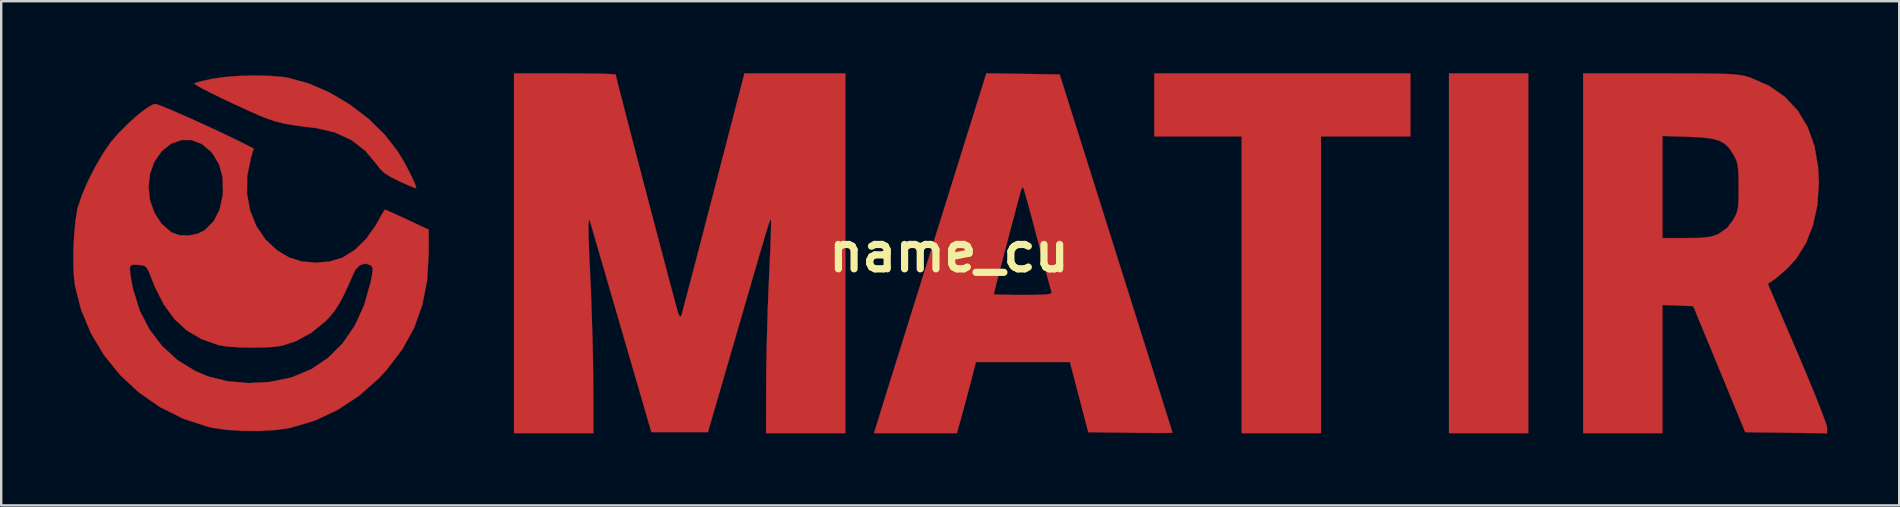
<source format=kicad_pcb>
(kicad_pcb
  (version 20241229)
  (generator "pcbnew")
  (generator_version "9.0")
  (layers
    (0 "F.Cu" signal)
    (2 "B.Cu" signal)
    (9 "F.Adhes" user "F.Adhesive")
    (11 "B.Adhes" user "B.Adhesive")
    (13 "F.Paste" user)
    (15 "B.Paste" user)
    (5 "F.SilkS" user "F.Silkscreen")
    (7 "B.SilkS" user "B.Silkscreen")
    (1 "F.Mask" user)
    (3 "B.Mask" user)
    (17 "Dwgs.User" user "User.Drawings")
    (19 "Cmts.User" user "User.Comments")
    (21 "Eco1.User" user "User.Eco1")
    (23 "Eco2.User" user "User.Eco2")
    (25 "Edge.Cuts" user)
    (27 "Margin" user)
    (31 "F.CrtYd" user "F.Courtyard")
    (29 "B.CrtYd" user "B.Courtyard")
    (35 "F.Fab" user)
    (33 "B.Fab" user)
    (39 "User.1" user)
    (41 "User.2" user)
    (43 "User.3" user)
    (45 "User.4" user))
  (footprint "name_cu"
    (layer "F.Cu")
    (at 36.482 7.459)
    (property "Reference" "name_cu" (at 0 0 0) (layer "F.SilkS") (effects (font (size 1.524 1.524) (thickness 0.3))))
    (attr through_hole)
    (fp_poly (pts (xy 24.13 7.535) (xy 20.828 7.535) (xy 20.828 -7.451) (xy 24.13 -7.451) (xy 24.13 7.535)) (stroke (width 0.01) (type solid)) (fill yes) (layer "F.Cu"))
    (fp_poly (pts (xy 19.219 -4.826) (xy 15.494 -4.826) (xy 15.494 7.535) (xy 12.192 7.535) (xy 12.192 -4.826) (xy 8.551 -4.826) (xy 8.551 -7.451) (xy 19.219 -7.451) (xy 19.219 -4.826)) (stroke (width 0.01) (type solid)) (fill yes) (layer "F.Cu"))
    (fp_poly (pts (xy -28.298 -7.349) (xy -27.761 -7.305) (xy -27.553 -7.274) (xy -26.682 -7.037) (xy -25.807 -6.657) (xy -24.962 -6.157) (xy -24.179 -5.558) (xy -23.493 -4.884) (xy -22.979 -4.222) (xy -22.805 -3.942) (xy -22.625 -3.625) (xy -22.456 -3.304) (xy -22.317 -3.016) (xy -22.224 -2.795) (xy -22.196 -2.677) (xy -22.2 -2.668) (xy -22.283 -2.692) (xy -22.482 -2.773) (xy -22.762 -2.897) (xy -22.903 -2.961) (xy -23.272 -3.144) (xy -23.525 -3.307) (xy -23.708 -3.484) (xy -23.824 -3.641) (xy -24.307 -4.223) (xy -24.897 -4.677) (xy -25.583 -4.995) (xy -26.354 -5.173) (xy -26.401 -5.179) (xy -26.935 -5.244) (xy -27.363 -5.303) (xy -27.719 -5.367) (xy -28.042 -5.448) (xy -28.366 -5.555) (xy -28.73 -5.7) (xy -29.169 -5.894) (xy -29.72 -6.147) (xy -29.809 -6.188) (xy -30.296 -6.417) (xy -30.723 -6.625) (xy -31.068 -6.802) (xy -31.31 -6.935) (xy -31.428 -7.015) (xy -31.435 -7.031) (xy -31.326 -7.074) (xy -31.094 -7.136) (xy -30.783 -7.205) (xy -30.669 -7.228) (xy -30.16 -7.302) (xy -29.556 -7.347) (xy -28.916 -7.363) (xy -28.298 -7.349)) (stroke (width 0.01) (type solid)) (fill yes) (layer "F.Cu"))
    (fp_poly (pts (xy 30.465 -7.45) (xy 31.144 -7.448) (xy 31.691 -7.444) (xy 32.124 -7.436) (xy 32.462 -7.425) (xy 32.725 -7.408) (xy 32.929 -7.386) (xy 33.095 -7.357) (xy 33.24 -7.32) (xy 33.383 -7.275) (xy 34.16 -6.935) (xy 34.817 -6.477) (xy 35.353 -5.904) (xy 35.765 -5.22) (xy 36.049 -4.429) (xy 36.204 -3.535) (xy 36.234 -2.879) (xy 36.172 -1.973) (xy 35.991 -1.135) (xy 35.698 -0.386) (xy 35.299 0.256) (xy 34.949 0.642) (xy 34.696 0.871) (xy 34.464 1.066) (xy 34.305 1.186) (xy 34.108 1.313) (xy 35.342 4.19) (xy 35.624 4.852) (xy 35.883 5.474) (xy 36.112 6.036) (xy 36.303 6.518) (xy 36.449 6.903) (xy 36.543 7.17) (xy 36.576 7.302) (xy 36.576 7.302) (xy 36.576 7.539) (xy 34.872 7.516) (xy 33.168 7.493) (xy 32.085 4.868) (xy 31.002 2.244) (xy 29.718 2.194) (xy 29.718 7.535) (xy 26.416 7.535) (xy 26.416 -0.593) (xy 29.718 -0.593) (xy 30.707 -0.593) (xy 31.164 -0.597) (xy 31.493 -0.616) (xy 31.735 -0.652) (xy 31.934 -0.713) (xy 32.063 -0.77) (xy 32.413 -1.015) (xy 32.661 -1.342) (xy 32.762 -1.525) (xy 32.829 -1.693) (xy 32.868 -1.889) (xy 32.887 -2.153) (xy 32.893 -2.528) (xy 32.893 -2.709) (xy 32.89 -3.143) (xy 32.875 -3.45) (xy 32.843 -3.671) (xy 32.787 -3.85) (xy 32.7 -4.027) (xy 32.681 -4.06) (xy 32.51 -4.324) (xy 32.32 -4.517) (xy 32.08 -4.651) (xy 31.76 -4.736) (xy 31.33 -4.787) (xy 30.8 -4.812) (xy 29.718 -4.846) (xy 29.718 -0.593) (xy 26.416 -0.593) (xy 26.416 -7.451) (xy 29.636 -7.451) (xy 30.465 -7.45)) (stroke (width 0.01) (type solid)) (fill yes) (layer "F.Cu"))
    (fp_poly (pts (xy 3.083 -7.431) (xy 4.609 -7.408) (xy 6.958 0.042) (xy 7.299 1.125) (xy 7.625 2.16) (xy 7.933 3.138) (xy 8.219 4.046) (xy 8.48 4.873) (xy 8.712 5.609) (xy 8.911 6.242) (xy 9.073 6.76) (xy 9.196 7.152) (xy 9.276 7.407) (xy 9.309 7.513) (xy 9.31 7.516) (xy 9.231 7.522) (xy 9.007 7.525) (xy 8.663 7.525) (xy 8.224 7.523) (xy 7.716 7.518) (xy 7.556 7.516) (xy 5.8 7.493) (xy 5.419 6.032) (xy 5.038 4.572) (xy 1.122 4.572) (xy 0.851 5.609) (xy 0.733 6.055) (xy 0.618 6.486) (xy 0.519 6.853) (xy 0.453 7.091) (xy 0.327 7.535) (xy -3.125 7.535) (xy -3.015 7.176) (xy -2.973 7.042) (xy -2.885 6.759) (xy -2.755 6.34) (xy -2.585 5.795) (xy -2.38 5.138) (xy -2.143 4.381) (xy -1.879 3.536) (xy -1.592 2.616) (xy -1.321 1.748) (xy 1.863 1.748) (xy 1.942 1.759) (xy 2.162 1.768) (xy 2.491 1.774) (xy 2.899 1.778) (xy 3.088 1.778) (xy 3.586 1.775) (xy 3.935 1.764) (xy 4.153 1.743) (xy 4.259 1.711) (xy 4.274 1.672) (xy 4.243 1.564) (xy 4.175 1.316) (xy 4.077 0.949) (xy 3.955 0.488) (xy 3.815 -0.044) (xy 3.684 -0.544) (xy 3.533 -1.115) (xy 3.395 -1.631) (xy 3.276 -2.069) (xy 3.181 -2.407) (xy 3.117 -2.623) (xy 3.092 -2.694) (xy 3.034 -2.666) (xy 3.009 -2.616) (xy 2.978 -2.509) (xy 2.912 -2.268) (xy 2.819 -1.919) (xy 2.704 -1.488) (xy 2.576 -1.003) (xy 2.44 -0.488) (xy 2.304 0.03) (xy 2.175 0.524) (xy 2.06 0.968) (xy 1.965 1.335) (xy 1.898 1.6) (xy 1.865 1.736) (xy 1.863 1.748) (xy -1.321 1.748) (xy -1.284 1.632) (xy -0.961 0.598) (xy -0.674 -0.319) (xy 1.556 -7.454) (xy 3.083 -7.431)) (stroke (width 0.01) (type solid)) (fill yes) (layer "F.Cu"))
    (fp_poly (pts (xy -15.423 -7.449) (xy -14.905 -7.444) (xy -14.47 -7.436) (xy -14.14 -7.426) (xy -13.939 -7.414) (xy -13.885 -7.403) (xy -13.864 -7.308) (xy -13.805 -7.066) (xy -13.711 -6.696) (xy -13.587 -6.214) (xy -13.438 -5.638) (xy -13.269 -4.985) (xy -13.083 -4.272) (xy -12.886 -3.518) (xy -12.682 -2.739) (xy -12.476 -1.953) (xy -12.272 -1.176) (xy -12.075 -0.428) (xy -11.889 0.276) (xy -11.719 0.918) (xy -11.569 1.48) (xy -11.444 1.945) (xy -11.349 2.295) (xy -11.288 2.514) (xy -11.267 2.582) (xy -11.203 2.691) (xy -11.155 2.646) (xy -11.147 2.625) (xy -11.118 2.522) (xy -11.05 2.27) (xy -10.948 1.883) (xy -10.815 1.376) (xy -10.654 0.763) (xy -10.47 0.059) (xy -10.267 -0.721) (xy -10.048 -1.564) (xy -9.817 -2.453) (xy -9.811 -2.477) (xy -8.521 -7.451) (xy -4.318 -7.451) (xy -4.318 7.535) (xy -7.62 7.535) (xy -7.616 5.524) (xy -7.611 4.857) (xy -7.596 4.073) (xy -7.575 3.225) (xy -7.549 2.367) (xy -7.518 1.551) (xy -7.498 1.101) (xy -7.469 0.479) (xy -7.445 -0.085) (xy -7.427 -0.57) (xy -7.415 -0.956) (xy -7.41 -1.22) (xy -7.413 -1.341) (xy -7.414 -1.346) (xy -7.425 -1.355) (xy -7.436 -1.353) (xy -7.453 -1.328) (xy -7.479 -1.265) (xy -7.517 -1.155) (xy -7.572 -0.983) (xy -7.647 -0.737) (xy -7.745 -0.406) (xy -7.872 0.023) (xy -8.03 0.564) (xy -8.223 1.227) (xy -8.455 2.025) (xy -8.73 2.972) (xy -8.789 3.175) (xy -10.044 7.493) (xy -12.396 7.493) (xy -13.642 3.217) (xy -13.881 2.394) (xy -14.108 1.617) (xy -14.316 0.901) (xy -14.502 0.263) (xy -14.66 -0.282) (xy -14.787 -0.718) (xy -14.877 -1.029) (xy -14.926 -1.199) (xy -14.933 -1.224) (xy -14.971 -1.334) (xy -14.998 -1.35) (xy -15.014 -1.26) (xy -15.02 -1.054) (xy -15.016 -0.721) (xy -15.001 -0.252) (xy -14.976 0.366) (xy -14.94 1.142) (xy -14.94 1.143) (xy -14.907 1.908) (xy -14.878 2.741) (xy -14.853 3.592) (xy -14.834 4.41) (xy -14.823 5.143) (xy -14.82 5.567) (xy -14.817 7.535) (xy -18.119 7.535) (xy -18.119 -7.451) (xy -16.002 -7.451) (xy -15.423 -7.449)) (stroke (width 0.01) (type solid)) (fill yes) (layer "F.Cu"))
    (fp_poly (pts (xy -32.946 -6.146) (xy -32.697 -6.05) (xy -32.347 -5.903) (xy -31.921 -5.718) (xy -31.443 -5.505) (xy -30.94 -5.276) (xy -30.437 -5.043) (xy -29.959 -4.816) (xy -29.531 -4.607) (xy -29.32 -4.501) (xy -28.964 -4.319) (xy -29.082 -3.925) (xy -29.235 -3.172) (xy -29.243 -2.437) (xy -29.114 -1.739) (xy -28.858 -1.1) (xy -28.48 -0.54) (xy -27.991 -0.081) (xy -27.492 0.216) (xy -26.973 0.379) (xy -26.387 0.435) (xy -25.8 0.384) (xy -25.275 0.225) (xy -25.253 0.215) (xy -24.742 -0.107) (xy -24.272 -0.568) (xy -23.871 -1.138) (xy -23.803 -1.26) (xy -23.662 -1.517) (xy -23.551 -1.703) (xy -23.495 -1.778) (xy -23.494 -1.778) (xy -23.408 -1.744) (xy -23.201 -1.652) (xy -22.904 -1.517) (xy -22.567 -1.36) (xy -21.675 -0.942) (xy -21.675 0.04) (xy -21.74 1.164) (xy -21.939 2.192) (xy -22.28 3.143) (xy -22.768 4.033) (xy -23.411 4.878) (xy -23.74 5.236) (xy -24.554 5.962) (xy -25.456 6.559) (xy -26.422 7.013) (xy -27.431 7.312) (xy -27.468 7.32) (xy -28.042 7.403) (xy -28.71 7.442) (xy -29.412 7.44) (xy -30.09 7.396) (xy -30.682 7.312) (xy -30.849 7.275) (xy -31.89 6.935) (xy -32.858 6.453) (xy -33.741 5.842) (xy -34.525 5.116) (xy -35.198 4.288) (xy -35.746 3.372) (xy -36.157 2.383) (xy -36.408 1.387) (xy -36.457 0.955) (xy -36.466 0.719) (xy -34.121 0.719) (xy -34.103 0.911) (xy -34.055 1.206) (xy -33.988 1.539) (xy -33.985 1.55) (xy -33.711 2.428) (xy -33.302 3.221) (xy -32.771 3.915) (xy -32.129 4.497) (xy -31.39 4.951) (xy -30.878 5.166) (xy -30.065 5.372) (xy -29.188 5.45) (xy -28.297 5.402) (xy -27.441 5.226) (xy -27.347 5.197) (xy -26.558 4.864) (xy -25.858 4.391) (xy -25.256 3.787) (xy -24.757 3.061) (xy -24.369 2.221) (xy -24.099 1.275) (xy -24.098 1.27) (xy -24.033 0.941) (xy -24.009 0.738) (xy -24.024 0.621) (xy -24.078 0.55) (xy -24.09 0.541) (xy -24.307 0.47) (xy -24.536 0.534) (xy -24.722 0.714) (xy -24.765 0.794) (xy -25.014 1.363) (xy -25.221 1.803) (xy -25.404 2.144) (xy -25.58 2.417) (xy -25.766 2.652) (xy -25.97 2.868) (xy -26.566 3.356) (xy -27.237 3.715) (xy -27.78 3.89) (xy -28.105 3.938) (xy -28.542 3.965) (xy -29.036 3.973) (xy -29.537 3.962) (xy -29.991 3.933) (xy -30.348 3.885) (xy -30.438 3.864) (xy -31.142 3.614) (xy -31.745 3.26) (xy -32.26 2.788) (xy -32.701 2.186) (xy -33.082 1.439) (xy -33.233 1.061) (xy -33.342 0.785) (xy -33.431 0.63) (xy -33.539 0.557) (xy -33.705 0.53) (xy -33.773 0.524) (xy -33.993 0.517) (xy -34.093 0.556) (xy -34.12 0.669) (xy -34.121 0.719) (xy -36.466 0.719) (xy -36.477 0.415) (xy -36.47 -0.18) (xy -36.439 -0.78) (xy -36.385 -1.332) (xy -36.31 -1.785) (xy -36.281 -1.905) (xy -36.112 -2.4) (xy -35.974 -2.718) (xy -33.346 -2.718) (xy -33.285 -2.168) (xy -33.105 -1.651) (xy -32.811 -1.197) (xy -32.406 -0.841) (xy -32.389 -0.83) (xy -32.065 -0.713) (xy -31.676 -0.698) (xy -31.285 -0.779) (xy -31.002 -0.922) (xy -30.639 -1.282) (xy -30.389 -1.763) (xy -30.257 -2.354) (xy -30.244 -2.507) (xy -30.259 -3.122) (xy -30.396 -3.64) (xy -30.664 -4.093) (xy -30.748 -4.194) (xy -31.124 -4.511) (xy -31.542 -4.673) (xy -31.976 -4.677) (xy -32.401 -4.526) (xy -32.784 -4.224) (xy -33.1 -3.779) (xy -33.286 -3.265) (xy -33.346 -2.718) (xy -35.974 -2.718) (xy -35.865 -2.97) (xy -35.566 -3.557) (xy -35.247 -4.107) (xy -34.935 -4.563) (xy -34.862 -4.654) (xy -34.57 -4.985) (xy -34.24 -5.317) (xy -33.901 -5.626) (xy -33.581 -5.887) (xy -33.308 -6.078) (xy -33.11 -6.174) (xy -33.066 -6.181) (xy -32.946 -6.146)) (stroke (width 0.01) (type solid)) (fill yes) (layer "F.Cu"))
    (fp_poly (pts (xy 24.13 7.535) (xy 20.828 7.535) (xy 20.828 -7.451) (xy 24.13 -7.451) (xy 24.13 7.535)) (stroke (width 0.01) (type solid)) (fill yes) (layer "F.Mask"))
    (fp_poly (pts (xy 19.219 -4.826) (xy 15.494 -4.826) (xy 15.494 7.535) (xy 12.192 7.535) (xy 12.192 -4.826) (xy 8.551 -4.826) (xy 8.551 -7.451) (xy 19.219 -7.451) (xy 19.219 -4.826)) (stroke (width 0.01) (type solid)) (fill yes) (layer "F.Mask"))
    (fp_poly (pts (xy -28.298 -7.349) (xy -27.761 -7.305) (xy -27.553 -7.274) (xy -26.682 -7.037) (xy -25.807 -6.657) (xy -24.962 -6.157) (xy -24.179 -5.558) (xy -23.493 -4.884) (xy -22.979 -4.222) (xy -22.805 -3.942) (xy -22.625 -3.625) (xy -22.456 -3.304) (xy -22.317 -3.016) (xy -22.224 -2.795) (xy -22.196 -2.677) (xy -22.2 -2.668) (xy -22.283 -2.692) (xy -22.482 -2.773) (xy -22.762 -2.897) (xy -22.903 -2.961) (xy -23.272 -3.144) (xy -23.525 -3.307) (xy -23.708 -3.484) (xy -23.824 -3.641) (xy -24.307 -4.223) (xy -24.897 -4.677) (xy -25.583 -4.995) (xy -26.354 -5.173) (xy -26.401 -5.179) (xy -26.935 -5.244) (xy -27.363 -5.303) (xy -27.719 -5.367) (xy -28.042 -5.448) (xy -28.366 -5.555) (xy -28.73 -5.7) (xy -29.169 -5.894) (xy -29.72 -6.147) (xy -29.809 -6.188) (xy -30.296 -6.417) (xy -30.723 -6.625) (xy -31.068 -6.802) (xy -31.31 -6.935) (xy -31.428 -7.015) (xy -31.435 -7.031) (xy -31.326 -7.074) (xy -31.094 -7.136) (xy -30.783 -7.205) (xy -30.669 -7.228) (xy -30.16 -7.302) (xy -29.556 -7.347) (xy -28.916 -7.363) (xy -28.298 -7.349)) (stroke (width 0.01) (type solid)) (fill yes) (layer "F.Mask"))
    (fp_poly (pts (xy 30.465 -7.45) (xy 31.144 -7.448) (xy 31.691 -7.444) (xy 32.124 -7.436) (xy 32.462 -7.425) (xy 32.725 -7.408) (xy 32.929 -7.386) (xy 33.095 -7.357) (xy 33.24 -7.32) (xy 33.383 -7.275) (xy 34.16 -6.935) (xy 34.817 -6.477) (xy 35.353 -5.904) (xy 35.765 -5.22) (xy 36.049 -4.429) (xy 36.204 -3.535) (xy 36.234 -2.879) (xy 36.172 -1.973) (xy 35.991 -1.135) (xy 35.698 -0.386) (xy 35.299 0.256) (xy 34.949 0.642) (xy 34.696 0.871) (xy 34.464 1.066) (xy 34.305 1.186) (xy 34.108 1.313) (xy 35.342 4.19) (xy 35.624 4.852) (xy 35.883 5.474) (xy 36.112 6.036) (xy 36.303 6.518) (xy 36.449 6.903) (xy 36.543 7.17) (xy 36.576 7.302) (xy 36.576 7.302) (xy 36.576 7.539) (xy 34.872 7.516) (xy 33.168 7.493) (xy 32.085 4.868) (xy 31.002 2.244) (xy 29.718 2.194) (xy 29.718 7.535) (xy 26.416 7.535) (xy 26.416 -0.593) (xy 29.718 -0.593) (xy 30.707 -0.593) (xy 31.164 -0.597) (xy 31.493 -0.616) (xy 31.735 -0.652) (xy 31.934 -0.713) (xy 32.063 -0.77) (xy 32.413 -1.015) (xy 32.661 -1.342) (xy 32.762 -1.525) (xy 32.829 -1.693) (xy 32.868 -1.889) (xy 32.887 -2.153) (xy 32.893 -2.528) (xy 32.893 -2.709) (xy 32.89 -3.143) (xy 32.875 -3.45) (xy 32.843 -3.671) (xy 32.787 -3.85) (xy 32.7 -4.027) (xy 32.681 -4.06) (xy 32.51 -4.324) (xy 32.32 -4.517) (xy 32.08 -4.651) (xy 31.76 -4.736) (xy 31.33 -4.787) (xy 30.8 -4.812) (xy 29.718 -4.846) (xy 29.718 -0.593) (xy 26.416 -0.593) (xy 26.416 -7.451) (xy 29.636 -7.451) (xy 30.465 -7.45)) (stroke (width 0.01) (type solid)) (fill yes) (layer "F.Mask"))
    (fp_poly (pts (xy 3.083 -7.431) (xy 4.609 -7.408) (xy 6.958 0.042) (xy 7.299 1.125) (xy 7.625 2.16) (xy 7.933 3.138) (xy 8.219 4.046) (xy 8.48 4.873) (xy 8.712 5.609) (xy 8.911 6.242) (xy 9.073 6.76) (xy 9.196 7.152) (xy 9.276 7.407) (xy 9.309 7.513) (xy 9.31 7.516) (xy 9.231 7.522) (xy 9.007 7.525) (xy 8.663 7.525) (xy 8.224 7.523) (xy 7.716 7.518) (xy 7.556 7.516) (xy 5.8 7.493) (xy 5.419 6.032) (xy 5.038 4.572) (xy 1.122 4.572) (xy 0.851 5.609) (xy 0.733 6.055) (xy 0.618 6.486) (xy 0.519 6.853) (xy 0.453 7.091) (xy 0.327 7.535) (xy -3.125 7.535) (xy -3.015 7.176) (xy -2.973 7.042) (xy -2.885 6.759) (xy -2.755 6.34) (xy -2.585 5.795) (xy -2.38 5.138) (xy -2.143 4.381) (xy -1.879 3.536) (xy -1.592 2.616) (xy -1.321 1.748) (xy 1.863 1.748) (xy 1.942 1.759) (xy 2.162 1.768) (xy 2.491 1.774) (xy 2.899 1.778) (xy 3.088 1.778) (xy 3.586 1.775) (xy 3.935 1.764) (xy 4.153 1.743) (xy 4.259 1.711) (xy 4.274 1.672) (xy 4.243 1.564) (xy 4.175 1.316) (xy 4.077 0.949) (xy 3.955 0.488) (xy 3.815 -0.044) (xy 3.684 -0.544) (xy 3.533 -1.115) (xy 3.395 -1.631) (xy 3.276 -2.069) (xy 3.181 -2.407) (xy 3.117 -2.623) (xy 3.092 -2.694) (xy 3.034 -2.666) (xy 3.009 -2.616) (xy 2.978 -2.509) (xy 2.912 -2.268) (xy 2.819 -1.919) (xy 2.704 -1.488) (xy 2.576 -1.003) (xy 2.44 -0.488) (xy 2.304 0.03) (xy 2.175 0.524) (xy 2.06 0.968) (xy 1.965 1.335) (xy 1.898 1.6) (xy 1.865 1.736) (xy 1.863 1.748) (xy -1.321 1.748) (xy -1.284 1.632) (xy -0.961 0.598) (xy -0.674 -0.319) (xy 1.556 -7.454) (xy 3.083 -7.431)) (stroke (width 0.01) (type solid)) (fill yes) (layer "F.Mask"))
    (fp_poly (pts (xy -15.423 -7.449) (xy -14.905 -7.444) (xy -14.47 -7.436) (xy -14.14 -7.426) (xy -13.939 -7.414) (xy -13.885 -7.403) (xy -13.864 -7.308) (xy -13.805 -7.066) (xy -13.711 -6.696) (xy -13.587 -6.214) (xy -13.438 -5.638) (xy -13.269 -4.985) (xy -13.083 -4.272) (xy -12.886 -3.518) (xy -12.682 -2.739) (xy -12.476 -1.953) (xy -12.272 -1.176) (xy -12.075 -0.428) (xy -11.889 0.276) (xy -11.719 0.918) (xy -11.569 1.48) (xy -11.444 1.945) (xy -11.349 2.295) (xy -11.288 2.514) (xy -11.267 2.582) (xy -11.203 2.691) (xy -11.155 2.646) (xy -11.147 2.625) (xy -11.118 2.522) (xy -11.05 2.27) (xy -10.948 1.883) (xy -10.815 1.376) (xy -10.654 0.763) (xy -10.47 0.059) (xy -10.267 -0.721) (xy -10.048 -1.564) (xy -9.817 -2.453) (xy -9.811 -2.477) (xy -8.521 -7.451) (xy -4.318 -7.451) (xy -4.318 7.535) (xy -7.62 7.535) (xy -7.616 5.524) (xy -7.611 4.857) (xy -7.596 4.073) (xy -7.575 3.225) (xy -7.549 2.367) (xy -7.518 1.551) (xy -7.498 1.101) (xy -7.469 0.479) (xy -7.445 -0.085) (xy -7.427 -0.57) (xy -7.415 -0.956) (xy -7.41 -1.22) (xy -7.413 -1.341) (xy -7.414 -1.346) (xy -7.425 -1.355) (xy -7.436 -1.353) (xy -7.453 -1.328) (xy -7.479 -1.265) (xy -7.517 -1.155) (xy -7.572 -0.983) (xy -7.647 -0.737) (xy -7.745 -0.406) (xy -7.872 0.023) (xy -8.03 0.564) (xy -8.223 1.227) (xy -8.455 2.025) (xy -8.73 2.972) (xy -8.789 3.175) (xy -10.044 7.493) (xy -12.396 7.493) (xy -13.642 3.217) (xy -13.881 2.394) (xy -14.108 1.617) (xy -14.316 0.901) (xy -14.502 0.263) (xy -14.66 -0.282) (xy -14.787 -0.718) (xy -14.877 -1.029) (xy -14.926 -1.199) (xy -14.933 -1.224) (xy -14.971 -1.334) (xy -14.998 -1.35) (xy -15.014 -1.26) (xy -15.02 -1.054) (xy -15.016 -0.721) (xy -15.001 -0.252) (xy -14.976 0.366) (xy -14.94 1.142) (xy -14.94 1.143) (xy -14.907 1.908) (xy -14.878 2.741) (xy -14.853 3.592) (xy -14.834 4.41) (xy -14.823 5.143) (xy -14.82 5.567) (xy -14.817 7.535) (xy -18.119 7.535) (xy -18.119 -7.451) (xy -16.002 -7.451) (xy -15.423 -7.449)) (stroke (width 0.01) (type solid)) (fill yes) (layer "F.Mask"))
    (fp_poly (pts (xy -32.946 -6.146) (xy -32.697 -6.05) (xy -32.347 -5.903) (xy -31.921 -5.718) (xy -31.443 -5.505) (xy -30.94 -5.276) (xy -30.437 -5.043) (xy -29.959 -4.816) (xy -29.531 -4.607) (xy -29.32 -4.501) (xy -28.964 -4.319) (xy -29.082 -3.925) (xy -29.235 -3.172) (xy -29.243 -2.437) (xy -29.114 -1.739) (xy -28.858 -1.1) (xy -28.48 -0.54) (xy -27.991 -0.081) (xy -27.492 0.216) (xy -26.973 0.379) (xy -26.387 0.435) (xy -25.8 0.384) (xy -25.275 0.225) (xy -25.253 0.215) (xy -24.742 -0.107) (xy -24.272 -0.568) (xy -23.871 -1.138) (xy -23.803 -1.26) (xy -23.662 -1.517) (xy -23.551 -1.703) (xy -23.495 -1.778) (xy -23.494 -1.778) (xy -23.408 -1.744) (xy -23.201 -1.652) (xy -22.904 -1.517) (xy -22.567 -1.36) (xy -21.675 -0.942) (xy -21.675 0.04) (xy -21.74 1.164) (xy -21.939 2.192) (xy -22.28 3.143) (xy -22.768 4.033) (xy -23.411 4.878) (xy -23.74 5.236) (xy -24.554 5.962) (xy -25.456 6.559) (xy -26.422 7.013) (xy -27.431 7.312) (xy -27.468 7.32) (xy -28.042 7.403) (xy -28.71 7.442) (xy -29.412 7.44) (xy -30.09 7.396) (xy -30.682 7.312) (xy -30.849 7.275) (xy -31.89 6.935) (xy -32.858 6.453) (xy -33.741 5.842) (xy -34.525 5.116) (xy -35.198 4.288) (xy -35.746 3.372) (xy -36.157 2.383) (xy -36.408 1.387) (xy -36.457 0.955) (xy -36.466 0.719) (xy -34.121 0.719) (xy -34.103 0.911) (xy -34.055 1.206) (xy -33.988 1.539) (xy -33.985 1.55) (xy -33.711 2.428) (xy -33.302 3.221) (xy -32.771 3.915) (xy -32.129 4.497) (xy -31.39 4.951) (xy -30.878 5.166) (xy -30.065 5.372) (xy -29.188 5.45) (xy -28.297 5.402) (xy -27.441 5.226) (xy -27.347 5.197) (xy -26.558 4.864) (xy -25.858 4.391) (xy -25.256 3.787) (xy -24.757 3.061) (xy -24.369 2.221) (xy -24.099 1.275) (xy -24.098 1.27) (xy -24.033 0.941) (xy -24.009 0.738) (xy -24.024 0.621) (xy -24.078 0.55) (xy -24.09 0.541) (xy -24.307 0.47) (xy -24.536 0.534) (xy -24.722 0.714) (xy -24.765 0.794) (xy -25.014 1.363) (xy -25.221 1.803) (xy -25.404 2.144) (xy -25.58 2.417) (xy -25.766 2.652) (xy -25.97 2.868) (xy -26.566 3.356) (xy -27.237 3.715) (xy -27.78 3.89) (xy -28.105 3.938) (xy -28.542 3.965) (xy -29.036 3.973) (xy -29.537 3.962) (xy -29.991 3.933) (xy -30.348 3.885) (xy -30.438 3.864) (xy -31.142 3.614) (xy -31.745 3.26) (xy -32.26 2.788) (xy -32.701 2.186) (xy -33.082 1.439) (xy -33.233 1.061) (xy -33.342 0.785) (xy -33.431 0.63) (xy -33.539 0.557) (xy -33.705 0.53) (xy -33.773 0.524) (xy -33.993 0.517) (xy -34.093 0.556) (xy -34.12 0.669) (xy -34.121 0.719) (xy -36.466 0.719) (xy -36.477 0.415) (xy -36.47 -0.18) (xy -36.439 -0.78) (xy -36.385 -1.332) (xy -36.31 -1.785) (xy -36.281 -1.905) (xy -36.112 -2.4) (xy -35.974 -2.718) (xy -33.346 -2.718) (xy -33.285 -2.168) (xy -33.105 -1.651) (xy -32.811 -1.197) (xy -32.406 -0.841) (xy -32.389 -0.83) (xy -32.065 -0.713) (xy -31.676 -0.698) (xy -31.285 -0.779) (xy -31.002 -0.922) (xy -30.639 -1.282) (xy -30.389 -1.763) (xy -30.257 -2.354) (xy -30.244 -2.507) (xy -30.259 -3.122) (xy -30.396 -3.64) (xy -30.664 -4.093) (xy -30.748 -4.194) (xy -31.124 -4.511) (xy -31.542 -4.673) (xy -31.976 -4.677) (xy -32.401 -4.526) (xy -32.784 -4.224) (xy -33.1 -3.779) (xy -33.286 -3.265) (xy -33.346 -2.718) (xy -35.974 -2.718) (xy -35.865 -2.97) (xy -35.566 -3.557) (xy -35.247 -4.107) (xy -34.935 -4.563) (xy -34.862 -4.654) (xy -34.57 -4.985) (xy -34.24 -5.317) (xy -33.901 -5.626) (xy -33.581 -5.887) (xy -33.308 -6.078) (xy -33.11 -6.174) (xy -33.066 -6.181) (xy -32.946 -6.146)) (stroke (width 0.01) (type solid)) (fill yes) (layer "F.Mask")))
  (gr_rect
    (start -3 -3)
    (end 76.063 18.003)
    (stroke (width 0.1) (type default))
    (fill no)
    (layer "Edge.Cuts")))
</source>
